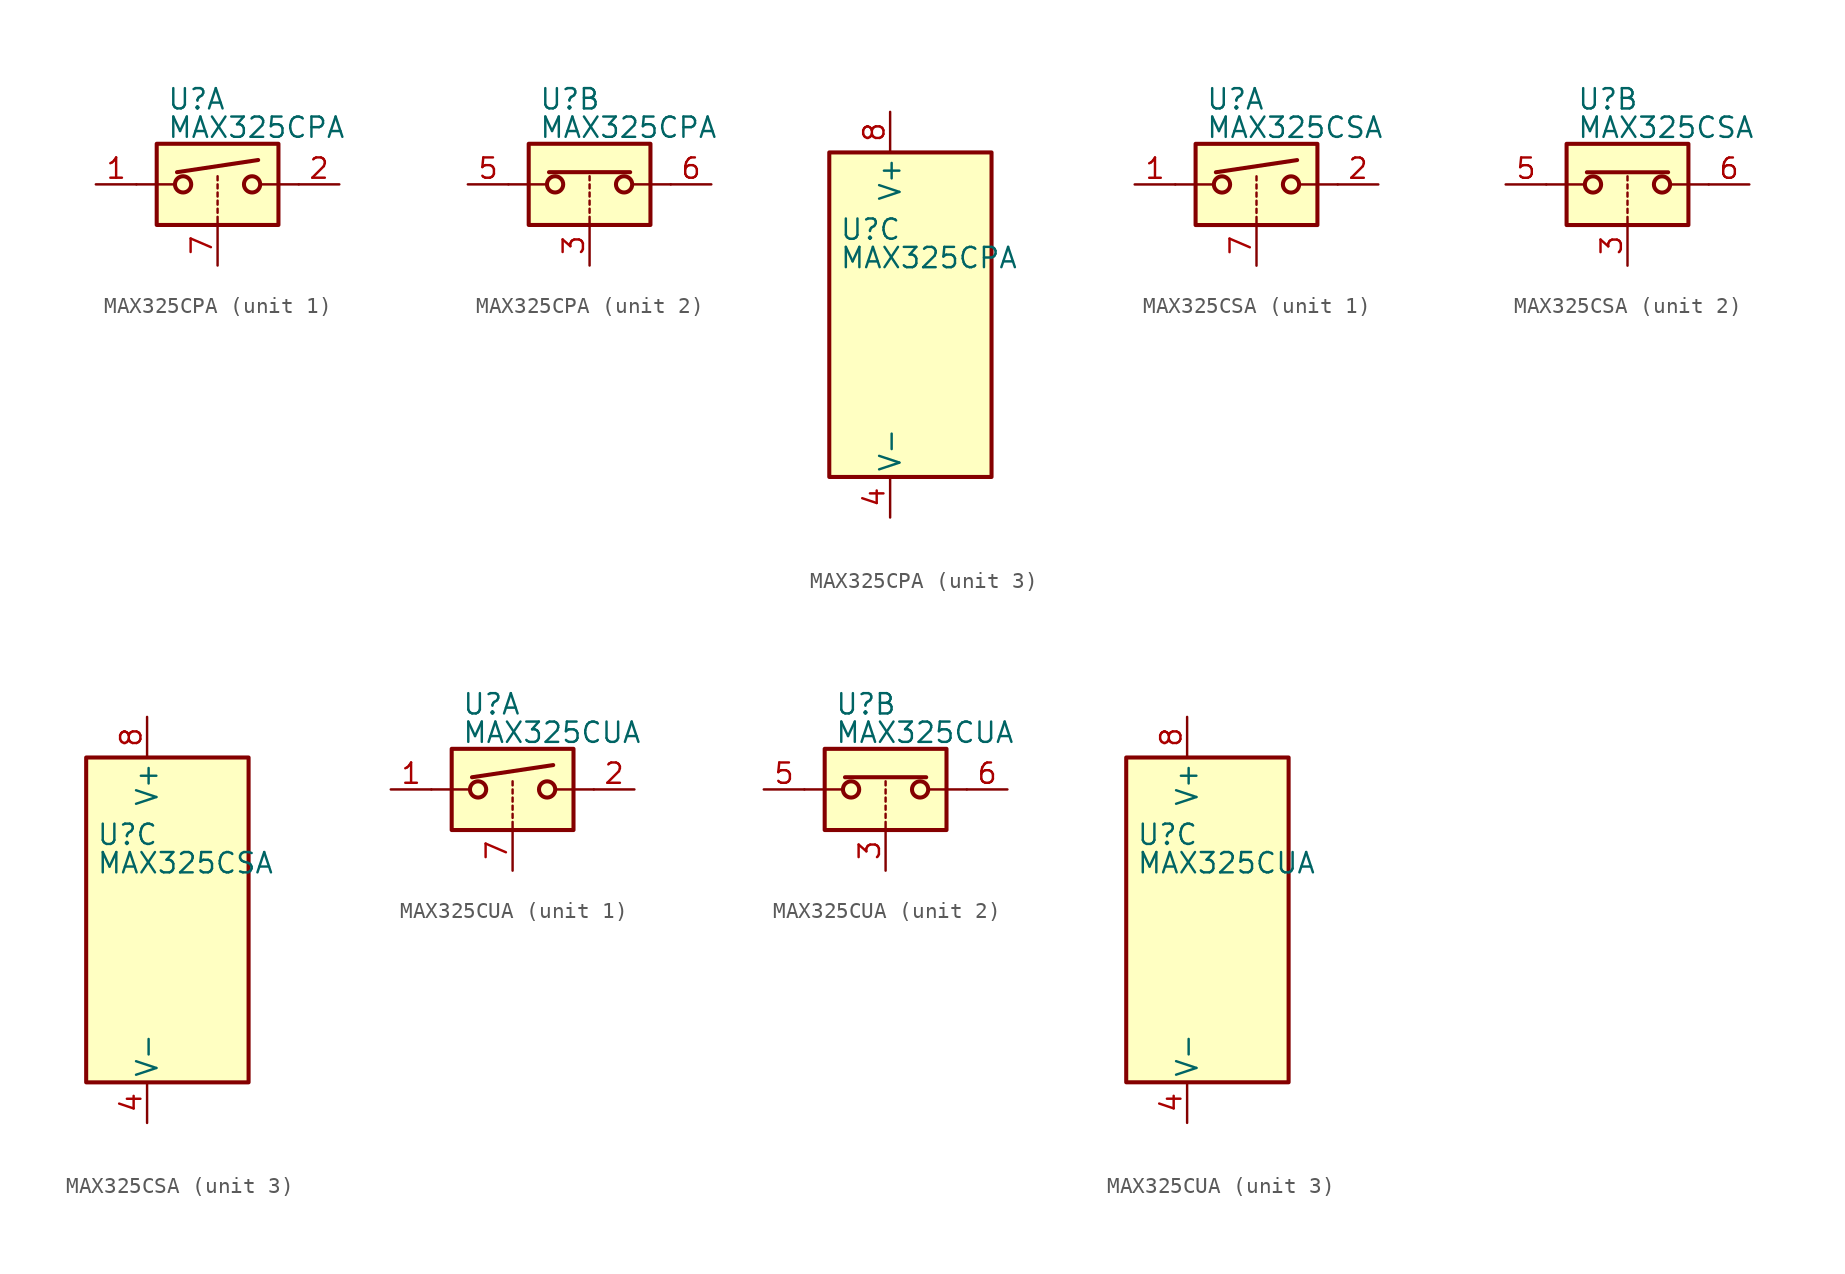
<source format=kicad_sym>
(kicad_symbol_lib
  (version 20201005)
  (generator kicad_symbol_editor)
  (symbol "Analog_Switch:MAX325CPA"
    (pin_names
      (offset 0.254))
    (property "Reference" "U"
      (at -3.175 5.334 0)
      (effects (font (size 1.27 1.27)) (justify left)))
    (property "Value" "MAX325CPA"
      (at -3.175 3.556 0)
      (effects (font (size 1.27 1.27)) (justify left)))
    (symbol "MAX325CPA_1_1"
      (circle (center -2.159 0) (radius 0.508) (stroke (width 0.254)) (fill (type none)))
      (circle (center 2.159 0) (radius 0.508) (stroke (width 0.254)) (fill (type none)))
      (rectangle (start -3.81 2.54) (end 3.81 -2.54) (stroke (width 0.254)) (fill (type background)))
      (polyline (pts (xy -5.08 0) (xy -2.794 0)) (stroke (width 0)) (fill (type none)))
      (polyline (pts (xy -2.54 0.762) (xy 2.54 1.524)) (stroke (width 0.254)) (fill (type none)))
      (polyline (pts (xy 0 -2.54) (xy 0 -2.032)) (stroke (width 0)) (fill (type none)))
      (polyline (pts (xy 0 -1.778) (xy 0 -1.524)) (stroke (width 0)) (fill (type none)))
      (polyline (pts (xy 0 -1.27) (xy 0 -1.016)) (stroke (width 0)) (fill (type none)))
      (polyline (pts (xy 0 -0.762) (xy 0 -0.508)) (stroke (width 0)) (fill (type none)))
      (polyline (pts (xy 0 -0.254) (xy 0 0)) (stroke (width 0)) (fill (type none)))
      (polyline (pts (xy 0 0.254) (xy 0 0.508)) (stroke (width 0)) (fill (type none)))
      (polyline (pts (xy 5.08 0) (xy 2.794 0)) (stroke (width 0)) (fill (type none)))
      (pin passive line (at -7.62 0 0) (length 2.54) (name "~" (effects (font (size 1.27 1.27)))) (number "1" (effects (font (size 1.27 1.27)))))
      (pin passive line (at 7.62 0 180) (length 2.54) (name "~" (effects (font (size 1.27 1.27)))) (number "2" (effects (font (size 1.27 1.27)))))
      (pin input line (at 0 -5.08 90) (length 2.54) (name "~" (effects (font (size 1.27 1.27)))) (number "7" (effects (font (size 1.27 1.27))))))
    (symbol "MAX325CPA_2_1"
      (circle (center -2.159 0) (radius 0.508) (stroke (width 0.254)) (fill (type none)))
      (circle (center 2.159 0) (radius 0.508) (stroke (width 0.254)) (fill (type none)))
      (rectangle (start -3.81 2.54) (end 3.81 -2.54) (stroke (width 0.254)) (fill (type background)))
      (polyline (pts (xy -5.08 0) (xy -2.794 0)) (stroke (width 0)) (fill (type none)))
      (polyline (pts (xy -2.54 0.762) (xy 2.54 0.762)) (stroke (width 0.254)) (fill (type none)))
      (polyline (pts (xy 0 -2.54) (xy 0 -2.032)) (stroke (width 0)) (fill (type none)))
      (polyline (pts (xy 0 -1.778) (xy 0 -1.524)) (stroke (width 0)) (fill (type none)))
      (polyline (pts (xy 0 -1.27) (xy 0 -1.016)) (stroke (width 0)) (fill (type none)))
      (polyline (pts (xy 0 -0.762) (xy 0 -0.508)) (stroke (width 0)) (fill (type none)))
      (polyline (pts (xy 0 -0.254) (xy 0 0)) (stroke (width 0)) (fill (type none)))
      (polyline (pts (xy 0 0.254) (xy 0 0.508)) (stroke (width 0)) (fill (type none)))
      (polyline (pts (xy 5.08 0) (xy 2.794 0)) (stroke (width 0)) (fill (type none)))
      (pin input line (at 0 -5.08 90) (length 2.54) (name "~" (effects (font (size 1.27 1.27)))) (number "3" (effects (font (size 1.27 1.27)))))
      (pin passive line (at -7.62 0 0) (length 2.54) (name "~" (effects (font (size 1.27 1.27)))) (number "5" (effects (font (size 1.27 1.27)))))
      (pin passive line (at 7.62 0 180) (length 2.54) (name "~" (effects (font (size 1.27 1.27)))) (number "6" (effects (font (size 1.27 1.27))))))
    (symbol "MAX325CPA_3_0"
      (pin power_in line (at 0 -12.7 90) (length 2.54) (name "V-" (effects (font (size 1.27 1.27)))) (number "4" (effects (font (size 1.27 1.27)))))
      (pin power_in line (at 0 12.7 270) (length 2.54) (name "V+" (effects (font (size 1.27 1.27)))) (number "8" (effects (font (size 1.27 1.27))))))
    (symbol "MAX325CPA_3_1"
      (rectangle (start -3.81 10.16) (end 6.35 -10.16) (stroke (width 0.254)) (fill (type background)))))
  (symbol "Analog_Switch:MAX325CSA"
    (pin_names
      (offset 0.254))
    (property "Reference" "U"
      (at -3.175 5.334 0)
      (effects (font (size 1.27 1.27)) (justify left)))
    (property "Value" "MAX325CSA"
      (at -3.175 3.556 0)
      (effects (font (size 1.27 1.27)) (justify left)))
    (symbol "MAX325CSA_1_1"
      (circle (center -2.159 0) (radius 0.508) (stroke (width 0.254)) (fill (type none)))
      (circle (center 2.159 0) (radius 0.508) (stroke (width 0.254)) (fill (type none)))
      (rectangle (start -3.81 2.54) (end 3.81 -2.54) (stroke (width 0.254)) (fill (type background)))
      (polyline (pts (xy -5.08 0) (xy -2.794 0)) (stroke (width 0)) (fill (type none)))
      (polyline (pts (xy -2.54 0.762) (xy 2.54 1.524)) (stroke (width 0.254)) (fill (type none)))
      (polyline (pts (xy 0 -2.54) (xy 0 -2.032)) (stroke (width 0)) (fill (type none)))
      (polyline (pts (xy 0 -1.778) (xy 0 -1.524)) (stroke (width 0)) (fill (type none)))
      (polyline (pts (xy 0 -1.27) (xy 0 -1.016)) (stroke (width 0)) (fill (type none)))
      (polyline (pts (xy 0 -0.762) (xy 0 -0.508)) (stroke (width 0)) (fill (type none)))
      (polyline (pts (xy 0 -0.254) (xy 0 0)) (stroke (width 0)) (fill (type none)))
      (polyline (pts (xy 0 0.254) (xy 0 0.508)) (stroke (width 0)) (fill (type none)))
      (polyline (pts (xy 5.08 0) (xy 2.794 0)) (stroke (width 0)) (fill (type none)))
      (pin passive line (at -7.62 0 0) (length 2.54) (name "~" (effects (font (size 1.27 1.27)))) (number "1" (effects (font (size 1.27 1.27)))))
      (pin passive line (at 7.62 0 180) (length 2.54) (name "~" (effects (font (size 1.27 1.27)))) (number "2" (effects (font (size 1.27 1.27)))))
      (pin input line (at 0 -5.08 90) (length 2.54) (name "~" (effects (font (size 1.27 1.27)))) (number "7" (effects (font (size 1.27 1.27))))))
    (symbol "MAX325CSA_2_1"
      (circle (center -2.159 0) (radius 0.508) (stroke (width 0.254)) (fill (type none)))
      (circle (center 2.159 0) (radius 0.508) (stroke (width 0.254)) (fill (type none)))
      (rectangle (start -3.81 2.54) (end 3.81 -2.54) (stroke (width 0.254)) (fill (type background)))
      (polyline (pts (xy -5.08 0) (xy -2.794 0)) (stroke (width 0)) (fill (type none)))
      (polyline (pts (xy -2.54 0.762) (xy 2.54 0.762)) (stroke (width 0.254)) (fill (type none)))
      (polyline (pts (xy 0 -2.54) (xy 0 -2.032)) (stroke (width 0)) (fill (type none)))
      (polyline (pts (xy 0 -1.778) (xy 0 -1.524)) (stroke (width 0)) (fill (type none)))
      (polyline (pts (xy 0 -1.27) (xy 0 -1.016)) (stroke (width 0)) (fill (type none)))
      (polyline (pts (xy 0 -0.762) (xy 0 -0.508)) (stroke (width 0)) (fill (type none)))
      (polyline (pts (xy 0 -0.254) (xy 0 0)) (stroke (width 0)) (fill (type none)))
      (polyline (pts (xy 0 0.254) (xy 0 0.508)) (stroke (width 0)) (fill (type none)))
      (polyline (pts (xy 5.08 0) (xy 2.794 0)) (stroke (width 0)) (fill (type none)))
      (pin input line (at 0 -5.08 90) (length 2.54) (name "~" (effects (font (size 1.27 1.27)))) (number "3" (effects (font (size 1.27 1.27)))))
      (pin passive line (at -7.62 0 0) (length 2.54) (name "~" (effects (font (size 1.27 1.27)))) (number "5" (effects (font (size 1.27 1.27)))))
      (pin passive line (at 7.62 0 180) (length 2.54) (name "~" (effects (font (size 1.27 1.27)))) (number "6" (effects (font (size 1.27 1.27))))))
    (symbol "MAX325CSA_3_0"
      (pin power_in line (at 0 -12.7 90) (length 2.54) (name "V-" (effects (font (size 1.27 1.27)))) (number "4" (effects (font (size 1.27 1.27)))))
      (pin power_in line (at 0 12.7 270) (length 2.54) (name "V+" (effects (font (size 1.27 1.27)))) (number "8" (effects (font (size 1.27 1.27))))))
    (symbol "MAX325CSA_3_1"
      (rectangle (start -3.81 10.16) (end 6.35 -10.16) (stroke (width 0.254)) (fill (type background)))))
  (symbol "Analog_Switch:MAX325CUA"
    (pin_names
      (offset 0.254))
    (property "Reference" "U"
      (at -3.175 5.334 0)
      (effects (font (size 1.27 1.27)) (justify left)))
    (property "Value" "MAX325CUA"
      (at -3.175 3.556 0)
      (effects (font (size 1.27 1.27)) (justify left)))
    (symbol "MAX325CUA_1_1"
      (circle (center -2.159 0) (radius 0.508) (stroke (width 0.254)) (fill (type none)))
      (circle (center 2.159 0) (radius 0.508) (stroke (width 0.254)) (fill (type none)))
      (rectangle (start -3.81 2.54) (end 3.81 -2.54) (stroke (width 0.254)) (fill (type background)))
      (polyline (pts (xy -5.08 0) (xy -2.794 0)) (stroke (width 0)) (fill (type none)))
      (polyline (pts (xy -2.54 0.762) (xy 2.54 1.524)) (stroke (width 0.254)) (fill (type none)))
      (polyline (pts (xy 0 -2.54) (xy 0 -2.032)) (stroke (width 0)) (fill (type none)))
      (polyline (pts (xy 0 -1.778) (xy 0 -1.524)) (stroke (width 0)) (fill (type none)))
      (polyline (pts (xy 0 -1.27) (xy 0 -1.016)) (stroke (width 0)) (fill (type none)))
      (polyline (pts (xy 0 -0.762) (xy 0 -0.508)) (stroke (width 0)) (fill (type none)))
      (polyline (pts (xy 0 -0.254) (xy 0 0)) (stroke (width 0)) (fill (type none)))
      (polyline (pts (xy 0 0.254) (xy 0 0.508)) (stroke (width 0)) (fill (type none)))
      (polyline (pts (xy 5.08 0) (xy 2.794 0)) (stroke (width 0)) (fill (type none)))
      (pin passive line (at -7.62 0 0) (length 2.54) (name "~" (effects (font (size 1.27 1.27)))) (number "1" (effects (font (size 1.27 1.27)))))
      (pin passive line (at 7.62 0 180) (length 2.54) (name "~" (effects (font (size 1.27 1.27)))) (number "2" (effects (font (size 1.27 1.27)))))
      (pin input line (at 0 -5.08 90) (length 2.54) (name "~" (effects (font (size 1.27 1.27)))) (number "7" (effects (font (size 1.27 1.27))))))
    (symbol "MAX325CUA_2_1"
      (circle (center -2.159 0) (radius 0.508) (stroke (width 0.254)) (fill (type none)))
      (circle (center 2.159 0) (radius 0.508) (stroke (width 0.254)) (fill (type none)))
      (rectangle (start -3.81 2.54) (end 3.81 -2.54) (stroke (width 0.254)) (fill (type background)))
      (polyline (pts (xy -5.08 0) (xy -2.794 0)) (stroke (width 0)) (fill (type none)))
      (polyline (pts (xy -2.54 0.762) (xy 2.54 0.762)) (stroke (width 0.254)) (fill (type none)))
      (polyline (pts (xy 0 -2.54) (xy 0 -2.032)) (stroke (width 0)) (fill (type none)))
      (polyline (pts (xy 0 -1.778) (xy 0 -1.524)) (stroke (width 0)) (fill (type none)))
      (polyline (pts (xy 0 -1.27) (xy 0 -1.016)) (stroke (width 0)) (fill (type none)))
      (polyline (pts (xy 0 -0.762) (xy 0 -0.508)) (stroke (width 0)) (fill (type none)))
      (polyline (pts (xy 0 -0.254) (xy 0 0)) (stroke (width 0)) (fill (type none)))
      (polyline (pts (xy 0 0.254) (xy 0 0.508)) (stroke (width 0)) (fill (type none)))
      (polyline (pts (xy 5.08 0) (xy 2.794 0)) (stroke (width 0)) (fill (type none)))
      (pin input line (at 0 -5.08 90) (length 2.54) (name "~" (effects (font (size 1.27 1.27)))) (number "3" (effects (font (size 1.27 1.27)))))
      (pin passive line (at -7.62 0 0) (length 2.54) (name "~" (effects (font (size 1.27 1.27)))) (number "5" (effects (font (size 1.27 1.27)))))
      (pin passive line (at 7.62 0 180) (length 2.54) (name "~" (effects (font (size 1.27 1.27)))) (number "6" (effects (font (size 1.27 1.27))))))
    (symbol "MAX325CUA_3_0"
      (pin power_in line (at 0 -12.7 90) (length 2.54) (name "V-" (effects (font (size 1.27 1.27)))) (number "4" (effects (font (size 1.27 1.27)))))
      (pin power_in line (at 0 12.7 270) (length 2.54) (name "V+" (effects (font (size 1.27 1.27)))) (number "8" (effects (font (size 1.27 1.27))))))
    (symbol "MAX325CUA_3_1"
      (rectangle (start -3.81 10.16) (end 6.35 -10.16) (stroke (width 0.254)) (fill (type background))))))
</source>
